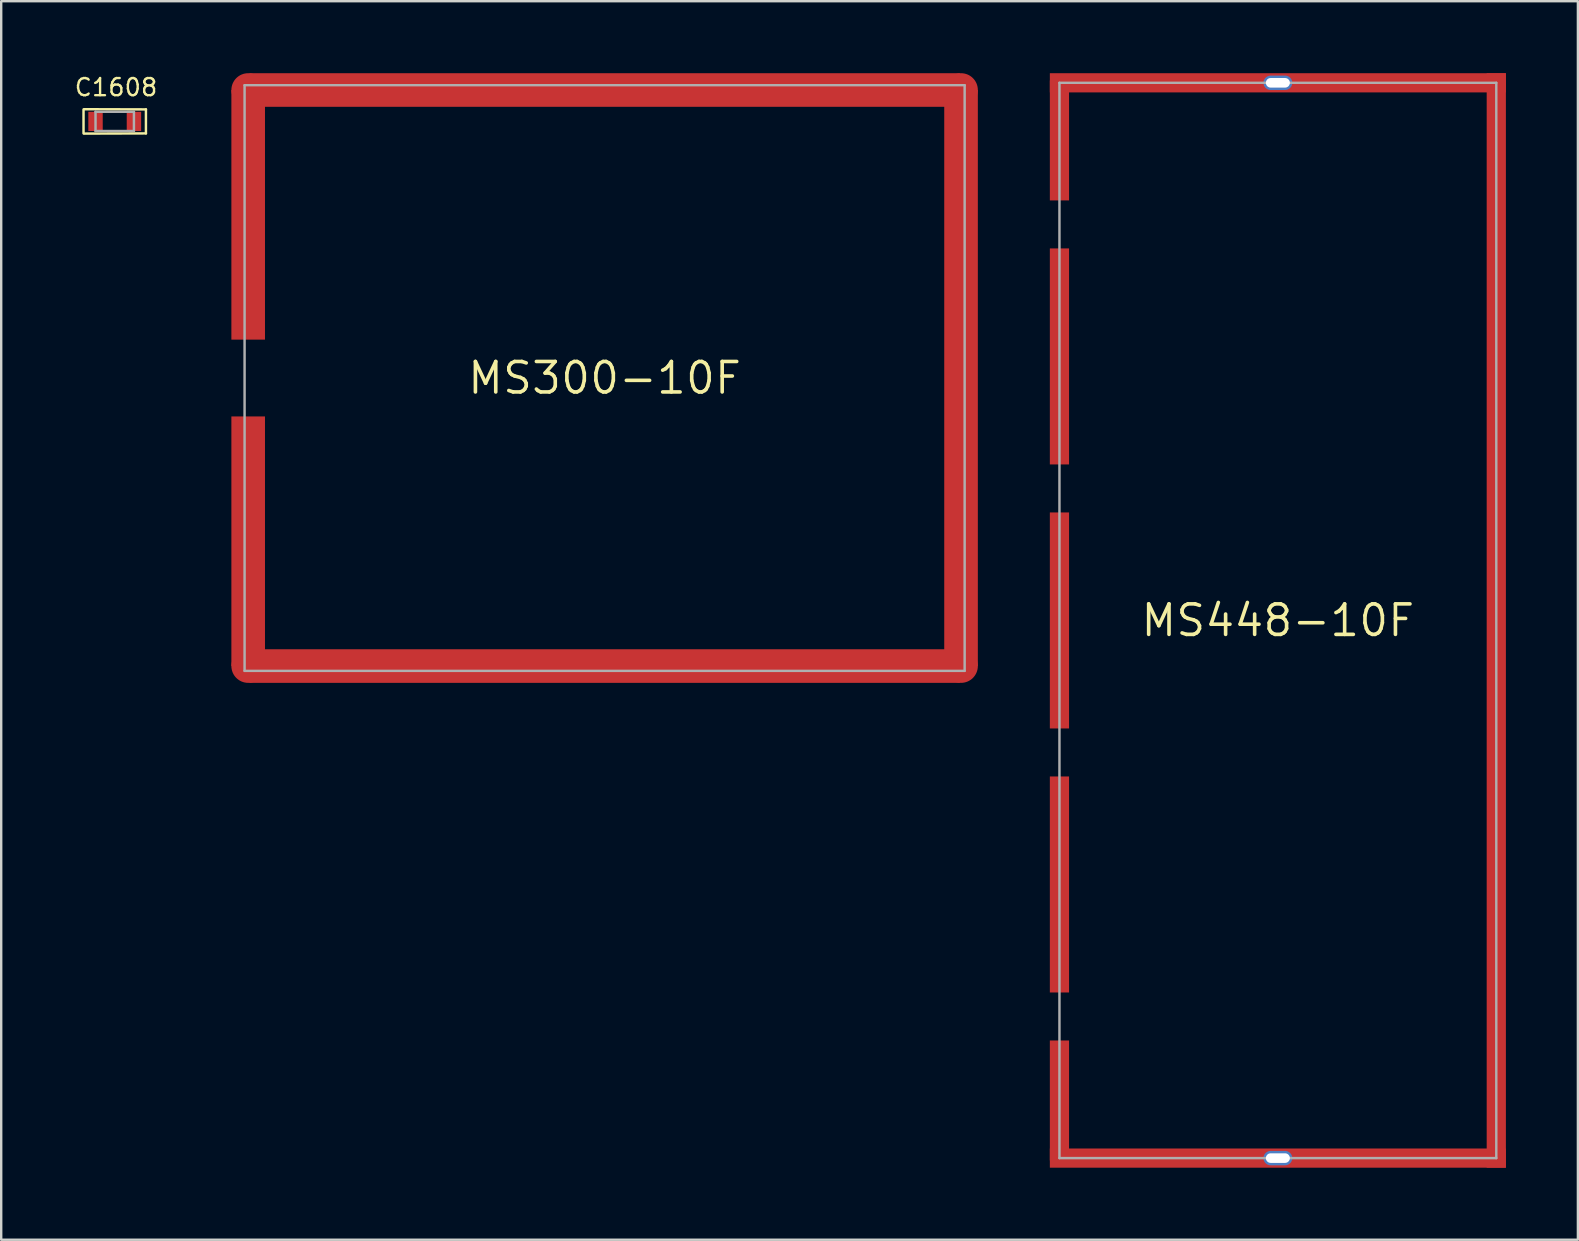
<source format=kicad_pcb>
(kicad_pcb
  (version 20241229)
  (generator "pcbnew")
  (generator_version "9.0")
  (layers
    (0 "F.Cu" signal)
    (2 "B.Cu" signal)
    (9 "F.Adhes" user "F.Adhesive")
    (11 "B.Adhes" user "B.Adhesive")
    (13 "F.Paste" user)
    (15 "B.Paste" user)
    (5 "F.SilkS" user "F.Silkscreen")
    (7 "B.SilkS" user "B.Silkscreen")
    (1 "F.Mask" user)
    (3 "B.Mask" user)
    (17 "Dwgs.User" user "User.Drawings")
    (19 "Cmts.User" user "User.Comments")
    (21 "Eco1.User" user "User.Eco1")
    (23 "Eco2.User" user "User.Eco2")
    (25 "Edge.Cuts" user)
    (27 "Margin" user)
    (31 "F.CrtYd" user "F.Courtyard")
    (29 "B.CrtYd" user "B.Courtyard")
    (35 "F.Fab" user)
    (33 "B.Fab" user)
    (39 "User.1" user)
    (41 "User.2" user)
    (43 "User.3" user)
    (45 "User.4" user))
  (footprint "MS300-10F"
    (layer "F.Cu")
    (at 22.14 12.7)
    (property "Reference" "MS300-10F" (at 0 0 0) (layer "F.SilkS") (effects (font (size 1.27 1.27) (thickness 0.15))))
    (fp_line (start -15 -12.2) (end -15 12.2) (stroke (width 0.102) (type solid)) (layer "F.Fab"))
    (fp_line (start -15 12.2) (end 15 12.2) (stroke (width 0.102) (type solid)) (layer "F.Fab"))
    (fp_line (start 15 -12.2) (end -15 -12.2) (stroke (width 0.102) (type solid)) (layer "F.Fab"))
    (fp_line (start 15 12.2) (end 15 -12.2) (stroke (width 0.102) (type solid)) (layer "F.Fab"))
    (pad "P1" smd circle (at -14.85 -12) (size 1.4 1.4) (layers "F.Cu" "F.Mask"))
    (pad "P1" smd rect (at -14.85 -6.8 90) (size 10.4 1.4) (layers "F.Cu" "F.Mask"))
    (pad "P1" smd rect (at -14.85 6.8 90) (size 10.4 1.4) (layers "F.Cu" "F.Mask"))
    (pad "P1" smd circle (at -14.85 12) (size 1.4 1.4) (layers "F.Cu" "F.Mask"))
    (pad "P1" smd rect (at 0 -12) (size 29.6 1.4) (layers "F.Cu" "F.Mask"))
    (pad "P1" smd rect (at 0 12) (size 29.6 1.4) (layers "F.Cu" "F.Mask"))
    (pad "P1" smd circle (at 14.85 -12) (size 1.4 1.4) (layers "F.Cu" "F.Mask"))
    (pad "P1" smd rect (at 14.85 0 90) (size 24 1.4) (layers "F.Cu" "F.Mask"))
    (pad "P1" smd circle (at 14.85 12) (size 1.4 1.4) (layers "F.Cu" "F.Mask")))
  (footprint "MS448-10F"
    (layer "F.Cu")
    (at 50.19 22.8)
    (property "Reference" "MS448-10F" (at 0 0 0) (layer "F.SilkS") (effects (font (size 1.27 1.27) (thickness 0.15))))
    (fp_line (start -9.1 22.4) (end -9.1 -22.4) (stroke (width 0.102) (type solid)) (layer "F.Fab"))
    (fp_line (start -9.1 22.4) (end 9.1 22.4) (stroke (width 0.102) (type solid)) (layer "F.Fab"))
    (fp_line (start 9.1 -22.4) (end -9.1 -22.4) (stroke (width 0.102) (type solid)) (layer "F.Fab"))
    (fp_line (start 9.1 -22.4) (end 9.1 22.4) (stroke (width 0.102) (type solid)) (layer "F.Fab"))
    (pad "P" smd rect (at -9.1 -20 270) (size 5 0.8) (layers "F.Cu" "F.Mask"))
    (pad "P" smd rect (at -9.1 -11 90) (size 9 0.8) (layers "F.Cu" "F.Mask"))
    (pad "P" smd rect (at -9.1 0 90) (size 9 0.8) (layers "F.Cu" "F.Mask"))
    (pad "P" smd rect (at -9.1 11 90) (size 9 0.8) (layers "F.Cu" "F.Mask"))
    (pad "P" smd rect (at -9.1 20 270) (size 5 0.8) (layers "F.Cu" "F.Mask"))
    (pad "P" thru_hole oval (at 0 -22.4) (size 1.2 0.6) (drill oval 1 0.4) (layers "*.Cu" "*.Mask"))
    (pad "P" smd rect (at 0 -22.4) (size 19 0.8) (layers "F.Cu" "F.Mask"))
    (pad "P" thru_hole oval (at 0 22.4) (size 1.2 0.6) (drill oval 1 0.4) (layers "*.Cu" "*.Mask"))
    (pad "P" smd rect (at 0 22.4 180) (size 19 0.8) (layers "F.Cu" "F.Mask"))
    (pad "P" smd rect (at 9.1 0 90) (size 45.6 0.8) (layers "F.Cu" "F.Mask")))
  (footprint "C1608"
    (layer "F.Cu")
    (at 1.73 2.008)
    (property "Reference" "C1608" (at -1.73 -1 0) (layer "F.SilkS") (effects (font (size 0.715 0.715) (thickness 0.098)) (justify left bottom)))
    (fp_line (start -1.3 -0.5) (end -1.3 0.5) (stroke (width 0.102) (type solid)) (layer "F.SilkS"))
    (fp_line (start -1.27 -0.508) (end 1.3 -0.5) (stroke (width 0.102) (type solid)) (layer "F.SilkS"))
    (fp_line (start 1.3 -0.5) (end 1.3 0.5) (stroke (width 0.102) (type solid)) (layer "F.SilkS"))
    (fp_line (start 1.3 0.5) (end -1.27 0.508) (stroke (width 0.102) (type solid)) (layer "F.SilkS"))
    (fp_line (start -0.8 -0.4) (end 0.8 -0.4) (stroke (width 0.102) (type solid)) (layer "F.Fab"))
    (fp_line (start -0.8 0.4) (end -0.8 -0.4) (stroke (width 0.102) (type solid)) (layer "F.Fab"))
    (fp_line (start -0.8 0.4) (end 0.8 0.4) (stroke (width 0.102) (type solid)) (layer "F.Fab"))
    (fp_line (start 0.8 0.4) (end 0.8 -0.4) (stroke (width 0.102) (type solid)) (layer "F.Fab"))
    (pad "1" smd rect (at -0.8 0) (size 0.6 0.8) (layers "F.Cu" "F.Mask" "F.Paste"))
    (pad "2" smd rect (at 0.8 0) (size 0.6 0.8) (layers "F.Cu" "F.Mask" "F.Paste")))
  (gr_rect
    (start -3 -3)
    (end 62.69 48.6)
    (stroke (width 0.1) (type default))
    (fill no)
    (layer "Edge.Cuts")))
</source>
